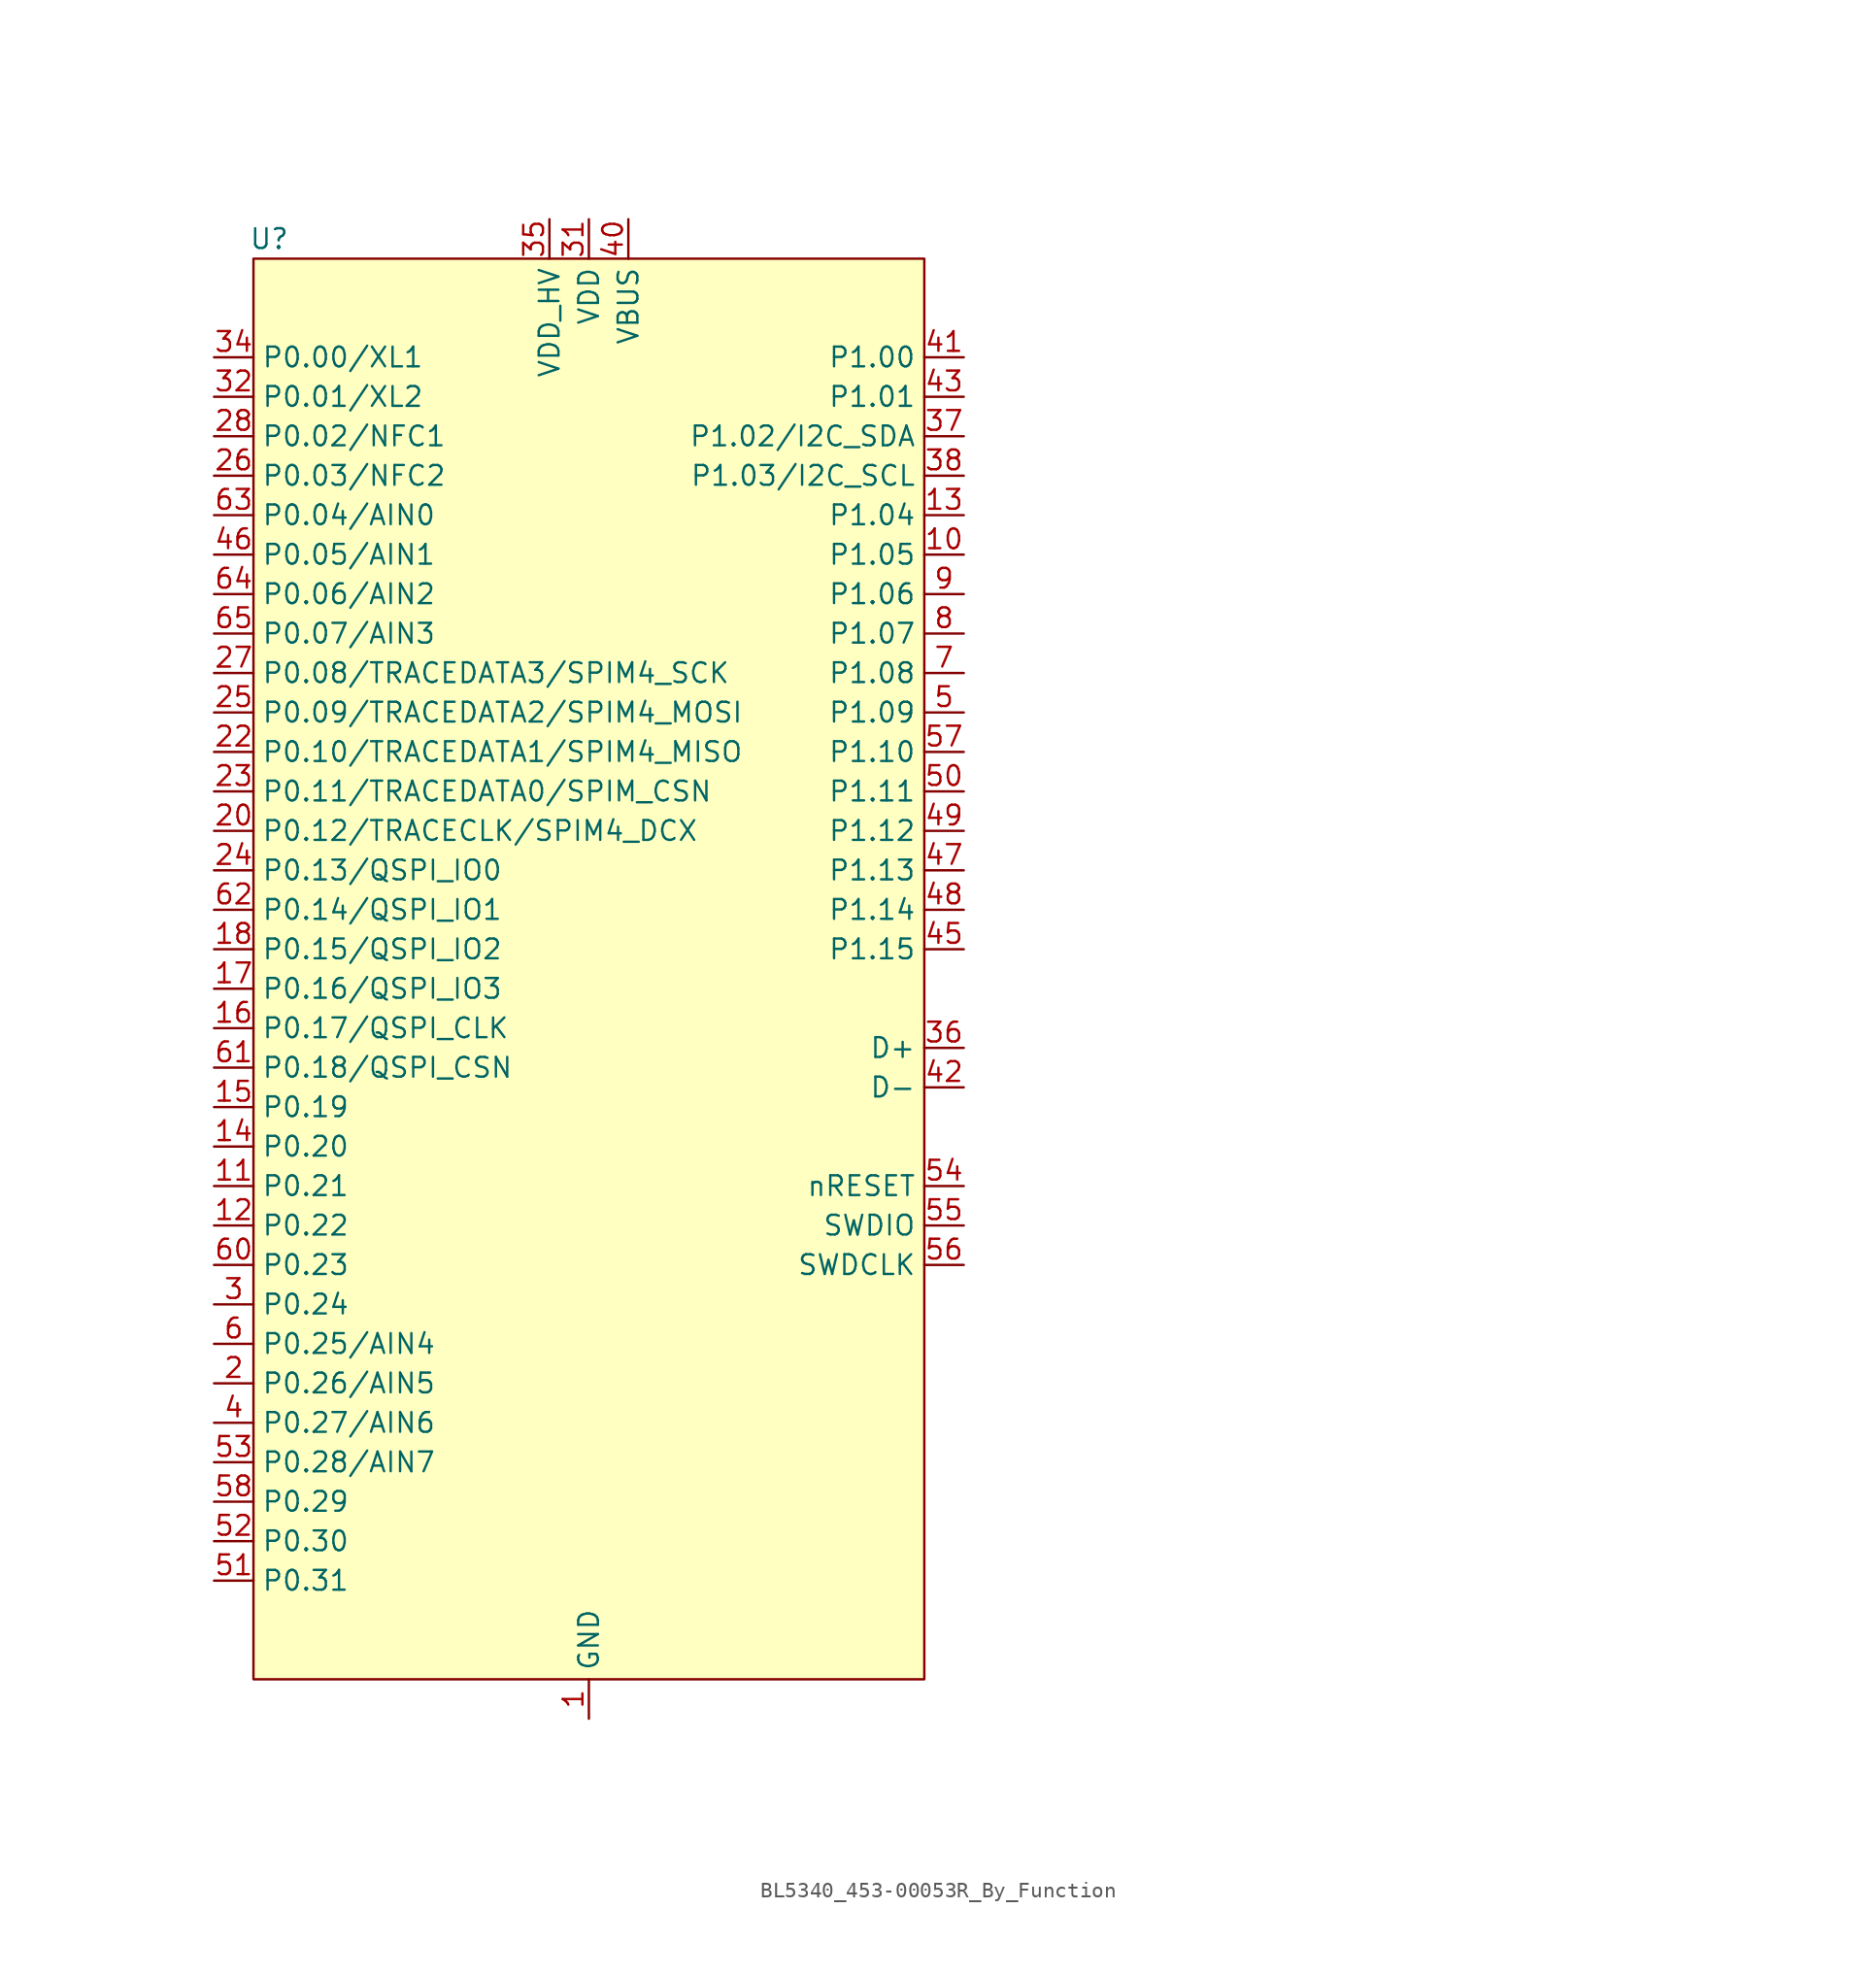
<source format=kicad_sym>
(kicad_symbol_lib
  (version 20241209)
  (generator "kicad_symbol_editor")
  (generator_version "9.0")
  (symbol "BL5340_453-00053R_By_Function"
    (property "Reference" "U"
      (at 1.016 1.27 0)
      (effects (font (size 1.27 1.27))))
    (property "Value" ""
      (at 90.805 -41.91 0)
      (effects (font (size 1.27 1.27))))
    (symbol "BL5340_453-00053R_By_Function_1_1"
      (rectangle (start 0 0) (end 43.18 -91.44) (stroke (width 0) (type default)) (fill (type background)))
      (pin input line (at -2.54 -6.35 0) (length 2.54) (name "P0.00/XL1" (effects (font (size 1.27 1.27)))) (number "34" (effects (font (size 1.27 1.27)))))
      (pin input line (at -2.54 -8.89 0) (length 2.54) (name "P0.01/XL2" (effects (font (size 1.27 1.27)))) (number "32" (effects (font (size 1.27 1.27)))))
      (pin input line (at -2.54 -11.43 0) (length 2.54) (name "P0.02/NFC1" (effects (font (size 1.27 1.27)))) (number "28" (effects (font (size 1.27 1.27)))))
      (pin input line (at -2.54 -13.97 0) (length 2.54) (name "P0.03/NFC2" (effects (font (size 1.27 1.27)))) (number "26" (effects (font (size 1.27 1.27)))))
      (pin input line (at -2.54 -16.51 0) (length 2.54) (name "P0.04/AIN0" (effects (font (size 1.27 1.27)))) (number "63" (effects (font (size 1.27 1.27)))))
      (pin input line (at -2.54 -19.05 0) (length 2.54) (name "P0.05/AIN1" (effects (font (size 1.27 1.27)))) (number "46" (effects (font (size 1.27 1.27)))))
      (pin input line (at -2.54 -21.59 0) (length 2.54) (name "P0.06/AIN2" (effects (font (size 1.27 1.27)))) (number "64" (effects (font (size 1.27 1.27)))))
      (pin input line (at -2.54 -24.13 0) (length 2.54) (name "P0.07/AIN3" (effects (font (size 1.27 1.27)))) (number "65" (effects (font (size 1.27 1.27)))))
      (pin input line (at -2.54 -26.67 0) (length 2.54) (name "P0.08/TRACEDATA3/SPIM4_SCK" (effects (font (size 1.27 1.27)))) (number "27" (effects (font (size 1.27 1.27)))))
      (pin input line (at -2.54 -29.21 0) (length 2.54) (name "P0.09/TRACEDATA2/SPIM4_MOSI" (effects (font (size 1.27 1.27)))) (number "25" (effects (font (size 1.27 1.27)))))
      (pin input line (at -2.54 -31.75 0) (length 2.54) (name "P0.10/TRACEDATA1/SPIM4_MISO" (effects (font (size 1.27 1.27)))) (number "22" (effects (font (size 1.27 1.27)))))
      (pin input line (at -2.54 -34.29 0) (length 2.54) (name "P0.11/TRACEDATA0/SPIM_CSN" (effects (font (size 1.27 1.27)))) (number "23" (effects (font (size 1.27 1.27)))))
      (pin input line (at -2.54 -36.83 0) (length 2.54) (name "P0.12/TRACECLK/SPIM4_DCX" (effects (font (size 1.27 1.27)))) (number "20" (effects (font (size 1.27 1.27)))))
      (pin input line (at -2.54 -39.37 0) (length 2.54) (name "P0.13/QSPI_IO0" (effects (font (size 1.27 1.27)))) (number "24" (effects (font (size 1.27 1.27)))))
      (pin input line (at -2.54 -41.91 0) (length 2.54) (name "P0.14/QSPI_IO1" (effects (font (size 1.27 1.27)))) (number "62" (effects (font (size 1.27 1.27)))))
      (pin input line (at -2.54 -44.45 0) (length 2.54) (name "P0.15/QSPI_IO2" (effects (font (size 1.27 1.27)))) (number "18" (effects (font (size 1.27 1.27)))))
      (pin input line (at -2.54 -46.99 0) (length 2.54) (name "P0.16/QSPI_IO3" (effects (font (size 1.27 1.27)))) (number "17" (effects (font (size 1.27 1.27)))))
      (pin input line (at -2.54 -49.53 0) (length 2.54) (name "P0.17/QSPI_CLK" (effects (font (size 1.27 1.27)))) (number "16" (effects (font (size 1.27 1.27)))))
      (pin input line (at -2.54 -52.07 0) (length 2.54) (name "P0.18/QSPI_CSN" (effects (font (size 1.27 1.27)))) (number "61" (effects (font (size 1.27 1.27)))))
      (pin input line (at -2.54 -54.61 0) (length 2.54) (name "P0.19" (effects (font (size 1.27 1.27)))) (number "15" (effects (font (size 1.27 1.27)))))
      (pin input line (at -2.54 -57.15 0) (length 2.54) (name "P0.20" (effects (font (size 1.27 1.27)))) (number "14" (effects (font (size 1.27 1.27)))))
      (pin input line (at -2.54 -59.69 0) (length 2.54) (name "P0.21" (effects (font (size 1.27 1.27)))) (number "11" (effects (font (size 1.27 1.27)))))
      (pin input line (at -2.54 -62.23 0) (length 2.54) (name "P0.22" (effects (font (size 1.27 1.27)))) (number "12" (effects (font (size 1.27 1.27)))))
      (pin input line (at -2.54 -64.77 0) (length 2.54) (name "P0.23" (effects (font (size 1.27 1.27)))) (number "60" (effects (font (size 1.27 1.27)))))
      (pin input line (at -2.54 -67.31 0) (length 2.54) (name "P0.24" (effects (font (size 1.27 1.27)))) (number "3" (effects (font (size 1.27 1.27)))))
      (pin input line (at -2.54 -69.85 0) (length 2.54) (name "P0.25/AIN4" (effects (font (size 1.27 1.27)))) (number "6" (effects (font (size 1.27 1.27)))))
      (pin input line (at -2.54 -72.39 0) (length 2.54) (name "P0.26/AIN5" (effects (font (size 1.27 1.27)))) (number "2" (effects (font (size 1.27 1.27)))))
      (pin input line (at -2.54 -74.93 0) (length 2.54) (name "P0.27/AIN6" (effects (font (size 1.27 1.27)))) (number "4" (effects (font (size 1.27 1.27)))))
      (pin input line (at -2.54 -77.47 0) (length 2.54) (name "P0.28/AIN7" (effects (font (size 1.27 1.27)))) (number "53" (effects (font (size 1.27 1.27)))))
      (pin input line (at -2.54 -80.01 0) (length 2.54) (name "P0.29" (effects (font (size 1.27 1.27)))) (number "58" (effects (font (size 1.27 1.27)))))
      (pin input line (at -2.54 -82.55 0) (length 2.54) (name "P0.30" (effects (font (size 1.27 1.27)))) (number "52" (effects (font (size 1.27 1.27)))))
      (pin input line (at -2.54 -85.09 0) (length 2.54) (name "P0.31" (effects (font (size 1.27 1.27)))) (number "51" (effects (font (size 1.27 1.27)))))
      (pin input line (at 19.05 2.54 270) (length 2.54) (name "VDD_HV" (effects (font (size 1.27 1.27)))) (number "35" (effects (font (size 1.27 1.27)))))
      (pin input line (at 21.59 2.54 270) (length 2.54) (name "VDD" (effects (font (size 1.27 1.27)))) (number "31" (effects (font (size 1.27 1.27)))))
      (pin input line (at 21.59 -93.98 90) (length 2.54) (name "GND" (effects (font (size 1.27 1.27)))) (number "1" (effects (font (size 1.27 1.27)))))
      (pin input line (at 21.59 -93.98 90) (length 2.54) (hide yes) (name "GND" (effects (font (size 1.27 1.27)))) (number "19" (effects (font (size 1.27 1.27)))))
      (pin input line (at 21.59 -93.98 90) (length 2.54) (hide yes) (name "GND" (effects (font (size 1.27 1.27)))) (number "21" (effects (font (size 1.27 1.27)))))
      (pin input line (at 21.59 -93.98 90) (length 2.54) (hide yes) (name "GND" (effects (font (size 1.27 1.27)))) (number "29" (effects (font (size 1.27 1.27)))))
      (pin input line (at 21.59 -93.98 90) (length 2.54) (hide yes) (name "GND" (effects (font (size 1.27 1.27)))) (number "30" (effects (font (size 1.27 1.27)))))
      (pin input line (at 21.59 -93.98 90) (length 2.54) (hide yes) (name "GND" (effects (font (size 1.27 1.27)))) (number "33" (effects (font (size 1.27 1.27)))))
      (pin input line (at 21.59 -93.98 90) (length 2.54) (hide yes) (name "GND" (effects (font (size 1.27 1.27)))) (number "39" (effects (font (size 1.27 1.27)))))
      (pin input line (at 21.59 -93.98 90) (length 2.54) (hide yes) (name "GND" (effects (font (size 1.27 1.27)))) (number "44" (effects (font (size 1.27 1.27)))))
      (pin input line (at 21.59 -93.98 90) (length 2.54) (hide yes) (name "GND" (effects (font (size 1.27 1.27)))) (number "59" (effects (font (size 1.27 1.27)))))
      (pin input line (at 21.59 -93.98 90) (length 2.54) (hide yes) (name "GND" (effects (font (size 1.27 1.27)))) (number "66" (effects (font (size 1.27 1.27)))))
      (pin input line (at 21.59 -93.98 90) (length 2.54) (hide yes) (name "GND" (effects (font (size 1.27 1.27)))) (number "67" (effects (font (size 1.27 1.27)))))
      (pin input line (at 21.59 -93.98 90) (length 2.54) (hide yes) (name "GND" (effects (font (size 1.27 1.27)))) (number "68" (effects (font (size 1.27 1.27)))))
      (pin input line (at 21.59 -93.98 90) (length 2.54) (hide yes) (name "GND" (effects (font (size 1.27 1.27)))) (number "69" (effects (font (size 1.27 1.27)))))
      (pin input line (at 21.59 -93.98 90) (length 2.54) (hide yes) (name "GND" (effects (font (size 1.27 1.27)))) (number "70" (effects (font (size 1.27 1.27)))))
      (pin input line (at 21.59 -93.98 90) (length 2.54) (hide yes) (name "GND" (effects (font (size 1.27 1.27)))) (number "71" (effects (font (size 1.27 1.27)))))
      (pin input line (at 21.59 -93.98 90) (length 2.54) (hide yes) (name "GND" (effects (font (size 1.27 1.27)))) (number "73" (effects (font (size 1.27 1.27)))))
      (pin input line (at 21.59 -93.98 90) (length 2.54) (hide yes) (name "GND" (effects (font (size 1.27 1.27)))) (number "74" (effects (font (size 1.27 1.27)))))
      (pin input line (at 21.59 -93.98 90) (length 2.54) (hide yes) (name "GND" (effects (font (size 1.27 1.27)))) (number "75" (effects (font (size 1.27 1.27)))))
      (pin input line (at 24.13 2.54 270) (length 2.54) (name "VBUS" (effects (font (size 1.27 1.27)))) (number "40" (effects (font (size 1.27 1.27)))))
      (pin input line (at 45.72 -6.35 180) (length 2.54) (name "P1.00" (effects (font (size 1.27 1.27)))) (number "41" (effects (font (size 1.27 1.27)))))
      (pin input line (at 45.72 -8.89 180) (length 2.54) (name "P1.01" (effects (font (size 1.27 1.27)))) (number "43" (effects (font (size 1.27 1.27)))))
      (pin input line (at 45.72 -11.43 180) (length 2.54) (name "P1.02/I2C_SDA" (effects (font (size 1.27 1.27)))) (number "37" (effects (font (size 1.27 1.27)))))
      (pin input line (at 45.72 -13.97 180) (length 2.54) (name "P1.03/I2C_SCL" (effects (font (size 1.27 1.27)))) (number "38" (effects (font (size 1.27 1.27)))))
      (pin input line (at 45.72 -16.51 180) (length 2.54) (name "P1.04" (effects (font (size 1.27 1.27)))) (number "13" (effects (font (size 1.27 1.27)))))
      (pin input line (at 45.72 -19.05 180) (length 2.54) (name "P1.05" (effects (font (size 1.27 1.27)))) (number "10" (effects (font (size 1.27 1.27)))))
      (pin input line (at 45.72 -21.59 180) (length 2.54) (name "P1.06" (effects (font (size 1.27 1.27)))) (number "9" (effects (font (size 1.27 1.27)))))
      (pin input line (at 45.72 -24.13 180) (length 2.54) (name "P1.07" (effects (font (size 1.27 1.27)))) (number "8" (effects (font (size 1.27 1.27)))))
      (pin input line (at 45.72 -26.67 180) (length 2.54) (name "P1.08" (effects (font (size 1.27 1.27)))) (number "7" (effects (font (size 1.27 1.27)))))
      (pin input line (at 45.72 -29.21 180) (length 2.54) (name "P1.09" (effects (font (size 1.27 1.27)))) (number "5" (effects (font (size 1.27 1.27)))))
      (pin input line (at 45.72 -31.75 180) (length 2.54) (name "P1.10" (effects (font (size 1.27 1.27)))) (number "57" (effects (font (size 1.27 1.27)))))
      (pin input line (at 45.72 -34.29 180) (length 2.54) (name "P1.11" (effects (font (size 1.27 1.27)))) (number "50" (effects (font (size 1.27 1.27)))))
      (pin input line (at 45.72 -36.83 180) (length 2.54) (name "P1.12" (effects (font (size 1.27 1.27)))) (number "49" (effects (font (size 1.27 1.27)))))
      (pin input line (at 45.72 -39.37 180) (length 2.54) (name "P1.13" (effects (font (size 1.27 1.27)))) (number "47" (effects (font (size 1.27 1.27)))))
      (pin input line (at 45.72 -41.91 180) (length 2.54) (name "P1.14" (effects (font (size 1.27 1.27)))) (number "48" (effects (font (size 1.27 1.27)))))
      (pin input line (at 45.72 -44.45 180) (length 2.54) (name "P1.15" (effects (font (size 1.27 1.27)))) (number "45" (effects (font (size 1.27 1.27)))))
      (pin input line (at 45.72 -50.8 180) (length 2.54) (name "D+" (effects (font (size 1.27 1.27)))) (number "36" (effects (font (size 1.27 1.27)))))
      (pin input line (at 45.72 -53.34 180) (length 2.54) (name "D-" (effects (font (size 1.27 1.27)))) (number "42" (effects (font (size 1.27 1.27)))))
      (pin input line (at 45.72 -59.69 180) (length 2.54) (name "nRESET" (effects (font (size 1.27 1.27)))) (number "54" (effects (font (size 1.27 1.27)))))
      (pin input line (at 45.72 -62.23 180) (length 2.54) (name "SWDIO" (effects (font (size 1.27 1.27)))) (number "55" (effects (font (size 1.27 1.27)))))
      (pin input line (at 45.72 -64.77 180) (length 2.54) (name "SWDCLK" (effects (font (size 1.27 1.27)))) (number "56" (effects (font (size 1.27 1.27)))))
      (pin input line (at 45.72 -88.9 180) (length 2.54) (hide yes) (name "NC_(EXT_ANT)" (effects (font (size 1.27 1.27)))) (number "72" (effects (font (size 1.27 1.27))))))))
</source>
